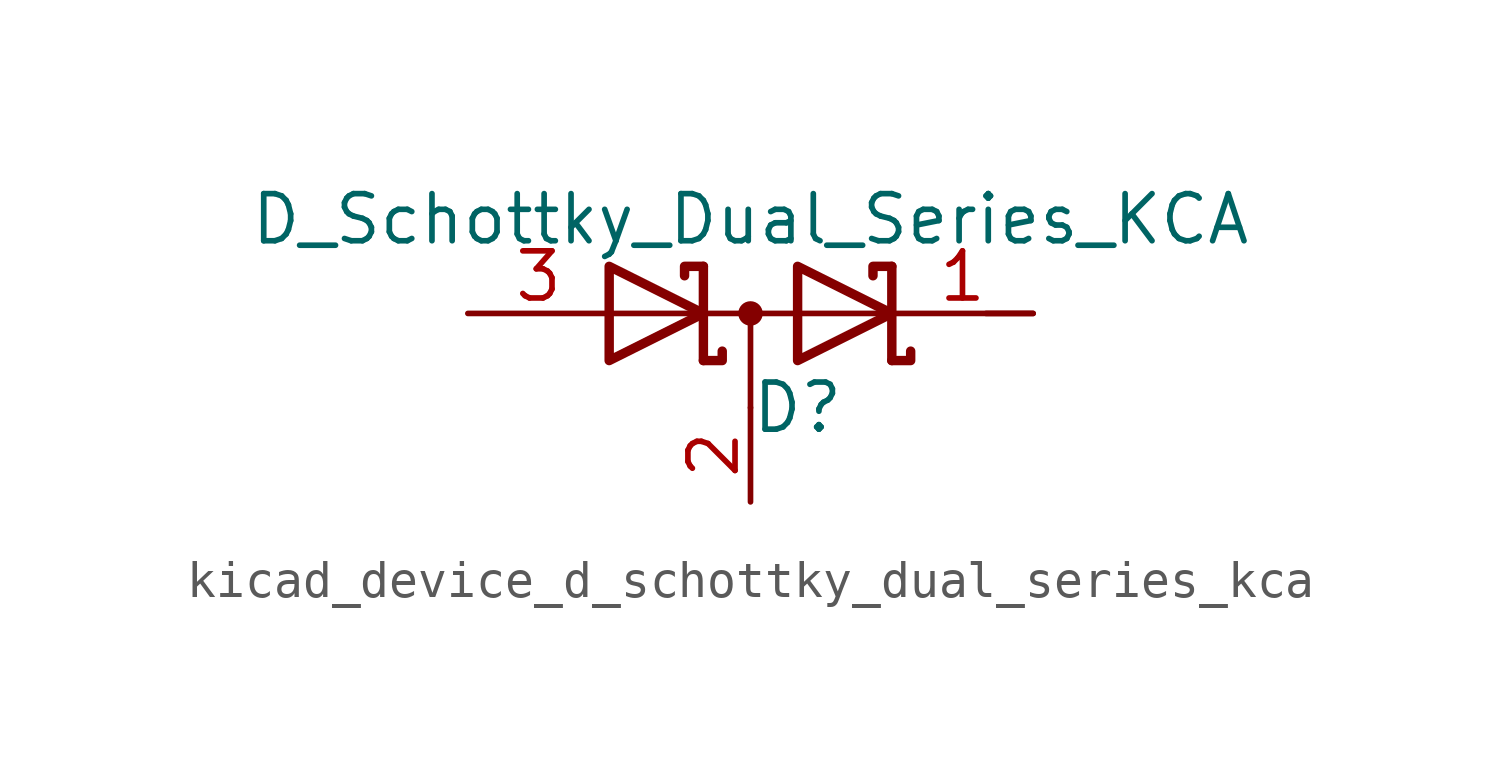
<source format=kicad_sym>
(kicad_symbol_lib
  (version 20220914)
  (generator kicad_symbol_editor)
  (symbol "kicad_device_d_schottky_dual_series_kca"
    (pin_names
      (offset 0.762) hide)
    (property "Reference" "D"
      (at 1.27 -2.54 0)
      (effects (font (size 1.27 1.27))))
    (property "Value" "D_Schottky_Dual_Series_KCA"
      (at 0 2.54 0)
      (effects (font (size 1.27 1.27))))
    (symbol "kicad_device_d_schottky_dual_series_kca_0_1"
      (polyline (pts (xy -3.81 0) (xy 3.81 0)) (stroke (width 0) (type default)) (fill (type none)))
      (polyline (pts (xy 0 0) (xy 0 -2.54)) (stroke (width 0) (type default)) (fill (type none)))
      (polyline (pts (xy 6.35 0) (xy 7.62 0)) (stroke (width 0) (type default)) (fill (type none)))
      (polyline (pts (xy -1.27 -1.27) (xy -1.27 1.27) (xy -1.27 1.27)) (stroke (width 0.254) (type default)) (fill (type none)))
      (polyline (pts (xy 3.81 1.27) (xy 3.81 -1.27) (xy 3.81 -1.27)) (stroke (width 0.254) (type default)) (fill (type none)))
      (polyline (pts (xy -1.27 -1.27) (xy -0.762 -1.27) (xy -0.762 -1.016) (xy -0.762 -1.016)) (stroke (width 0.254) (type default)) (fill (type none)))
      (polyline (pts (xy 3.81 -1.27) (xy 4.318 -1.27) (xy 4.318 -1.016) (xy 4.318 -1.016)) (stroke (width 0.254) (type default)) (fill (type none)))
      (polyline (pts (xy 3.81 1.27) (xy 3.302 1.27) (xy 3.302 1.016) (xy 3.302 1.016)) (stroke (width 0.254) (type default)) (fill (type none)))
      (polyline (pts (xy -1.778 1.016) (xy -1.778 1.27) (xy -1.27 1.27) (xy -1.27 1.27) (xy -1.27 1.27)) (stroke (width 0.254) (type default)) (fill (type none)))
      (polyline (pts (xy -3.81 1.27) (xy -1.27 0) (xy -3.81 -1.27) (xy -3.81 1.27) (xy -3.81 1.27) (xy -3.81 1.27)) (stroke (width 0.254) (type default)) (fill (type none)))
      (polyline (pts (xy 1.27 1.27) (xy 3.81 0) (xy 1.27 -1.27) (xy 1.27 1.27) (xy 1.27 1.27) (xy 1.27 1.27)) (stroke (width 0.254) (type default)) (fill (type none)))
      (circle (center 0 0) (radius 0.254) (stroke (width 0) (type default)) (fill (type outline)))
      (pin passive line (at 7.62 0 180) (length 3.81) (name "K" (effects (font (size 1.27 1.27)))) (number "1" (effects (font (size 1.27 1.27)))))
      (pin passive line (at 0 -5.08 90) (length 2.54) (name "common" (effects (font (size 1.27 1.27)))) (number "2" (effects (font (size 1.27 1.27)))))
      (pin passive line (at -7.62 0 0) (length 3.81) (name "A" (effects (font (size 1.27 1.27)))) (number "3" (effects (font (size 1.27 1.27))))))))
</source>
